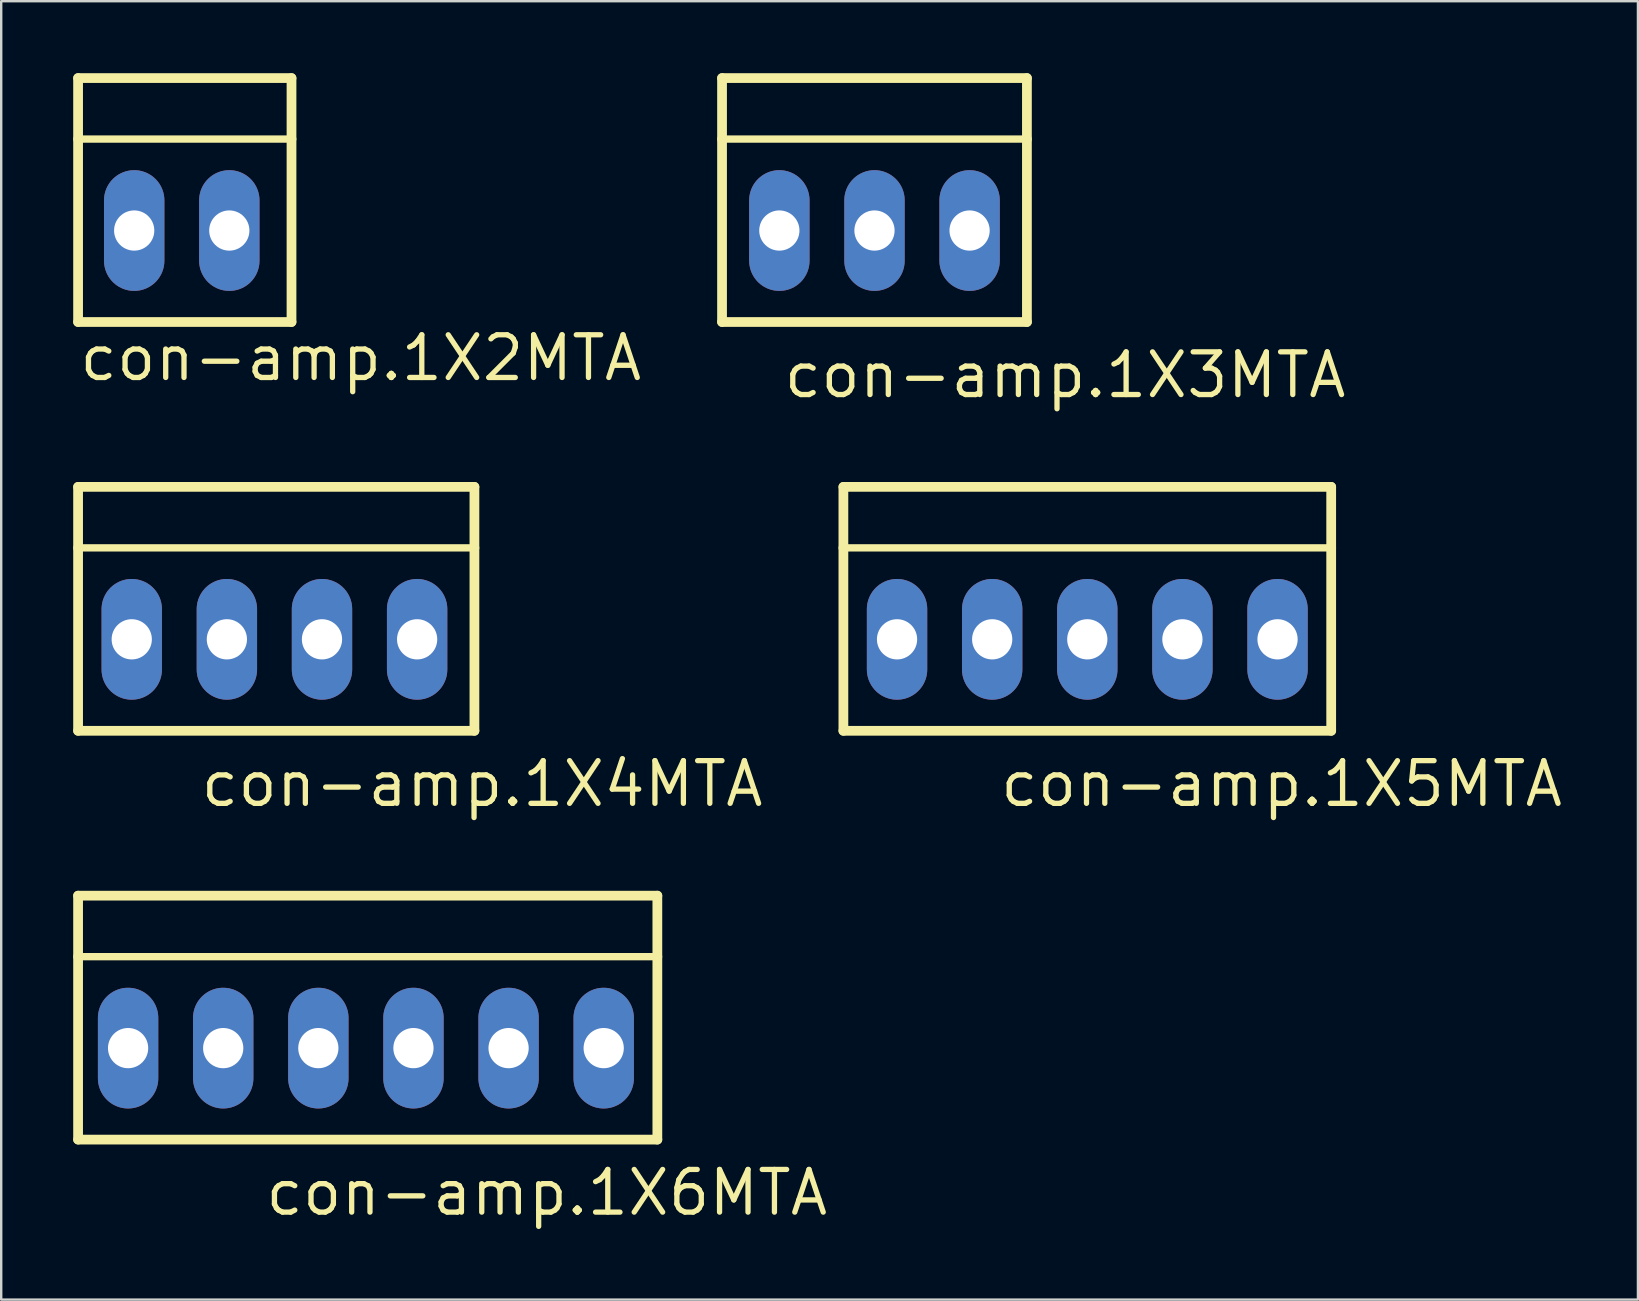
<source format=kicad_pcb>
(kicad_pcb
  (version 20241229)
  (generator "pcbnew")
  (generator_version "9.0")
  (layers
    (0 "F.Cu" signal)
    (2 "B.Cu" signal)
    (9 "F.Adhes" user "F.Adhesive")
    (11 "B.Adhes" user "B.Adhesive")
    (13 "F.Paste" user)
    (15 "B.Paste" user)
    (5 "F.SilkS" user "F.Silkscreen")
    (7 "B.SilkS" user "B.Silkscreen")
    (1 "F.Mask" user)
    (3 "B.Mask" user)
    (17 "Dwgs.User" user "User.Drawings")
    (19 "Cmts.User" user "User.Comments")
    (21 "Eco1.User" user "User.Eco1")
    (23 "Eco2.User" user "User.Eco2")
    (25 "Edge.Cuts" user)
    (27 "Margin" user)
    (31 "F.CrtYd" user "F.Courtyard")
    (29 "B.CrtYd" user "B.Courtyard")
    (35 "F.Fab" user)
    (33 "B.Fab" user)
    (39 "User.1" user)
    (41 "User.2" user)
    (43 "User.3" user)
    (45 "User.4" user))
  (footprint "con-amp.1X4MTA"
    (layer "F.Cu")
    (at 8.382 23.582)
    (property "Reference" "con-amp.1X4MTA" (at -3.175 7.061 0) (layer "F.SilkS") (effects (font (size 1.778 1.778) (thickness 0.22)) (justify left bottom)))
    (attr through_hole)
    (fp_line (start -8.179 -6.35) (end 8.331 -6.35) (stroke (width 0.406) (type default)) (layer "F.SilkS"))
    (fp_line (start -8.179 -3.81) (end -8.179 -6.35) (stroke (width 0.406) (type default)) (layer "F.SilkS"))
    (fp_line (start -8.179 -3.81) (end 8.331 -3.81) (stroke (width 0.305) (type default)) (layer "F.SilkS"))
    (fp_line (start -8.179 3.81) (end -8.179 -3.81) (stroke (width 0.406) (type default)) (layer "F.SilkS"))
    (fp_line (start -8.179 3.81) (end 8.331 3.81) (stroke (width 0.406) (type default)) (layer "F.SilkS"))
    (fp_line (start 8.331 -6.35) (end 8.331 -3.81) (stroke (width 0.406) (type default)) (layer "F.SilkS"))
    (fp_line (start 8.331 -3.81) (end 8.331 3.81) (stroke (width 0.406) (type default)) (layer "F.SilkS"))
    (fp_rect (start -6.452 0.508) (end -5.436 -0.508) (stroke (width 0.05) (type default)) (fill yes) (layer "F.SilkS"))
    (fp_rect (start -2.489 0.508) (end -1.473 -0.508) (stroke (width 0.05) (type default)) (fill yes) (layer "F.SilkS"))
    (fp_rect (start 1.473 0.508) (end 2.489 -0.508) (stroke (width 0.05) (type default)) (fill yes) (layer "F.SilkS"))
    (fp_rect (start 5.436 0.508) (end 6.452 -0.508) (stroke (width 0.05) (type default)) (fill yes) (layer "F.SilkS"))
    (pad "1" thru_hole oval (at 5.944 0 90) (size 5.029 2.515) (drill 1.676) (layers "*.Cu" "*.Mask"))
    (pad "2" thru_hole oval (at 1.981 0 90) (size 5.029 2.515) (drill 1.676) (layers "*.Cu" "*.Mask"))
    (pad "3" thru_hole oval (at -1.981 0 90) (size 5.029 2.515) (drill 1.676) (layers "*.Cu" "*.Mask"))
    (pad "4" thru_hole oval (at -5.944 0 90) (size 5.029 2.515) (drill 1.676) (layers "*.Cu" "*.Mask")))
  (footprint "con-amp.1X6MTA"
    (layer "F.Cu")
    (at 12.192 40.611)
    (property "Reference" "con-amp.1X6MTA" (at -4.293 7.061 0) (layer "F.SilkS") (effects (font (size 1.778 1.778) (thickness 0.22)) (justify left bottom)))
    (attr through_hole)
    (fp_line (start -11.989 -6.35) (end 12.141 -6.35) (stroke (width 0.406) (type default)) (layer "F.SilkS"))
    (fp_line (start -11.989 -3.81) (end -11.989 -6.35) (stroke (width 0.406) (type default)) (layer "F.SilkS"))
    (fp_line (start -11.989 -3.81) (end 12.141 -3.81) (stroke (width 0.305) (type default)) (layer "F.SilkS"))
    (fp_line (start -11.989 3.81) (end -11.989 -3.81) (stroke (width 0.406) (type default)) (layer "F.SilkS"))
    (fp_line (start -11.989 3.81) (end 12.141 3.81) (stroke (width 0.406) (type default)) (layer "F.SilkS"))
    (fp_line (start 12.141 -6.35) (end 12.141 -3.81) (stroke (width 0.406) (type default)) (layer "F.SilkS"))
    (fp_line (start 12.141 -3.81) (end 12.141 3.81) (stroke (width 0.406) (type default)) (layer "F.SilkS"))
    (fp_rect (start -10.414 0.508) (end -9.398 -0.508) (stroke (width 0.05) (type default)) (fill yes) (layer "F.SilkS"))
    (fp_rect (start -6.452 0.508) (end -5.436 -0.508) (stroke (width 0.05) (type default)) (fill yes) (layer "F.SilkS"))
    (fp_rect (start -2.489 0.508) (end -1.473 -0.508) (stroke (width 0.05) (type default)) (fill yes) (layer "F.SilkS"))
    (fp_rect (start 1.473 0.508) (end 2.489 -0.508) (stroke (width 0.05) (type default)) (fill yes) (layer "F.SilkS"))
    (fp_rect (start 5.436 0.508) (end 6.452 -0.508) (stroke (width 0.05) (type default)) (fill yes) (layer "F.SilkS"))
    (fp_rect (start 9.398 0.508) (end 10.414 -0.508) (stroke (width 0.05) (type default)) (fill yes) (layer "F.SilkS"))
    (pad "1" thru_hole oval (at 9.906 0 90) (size 5.029 2.515) (drill 1.676) (layers "*.Cu" "*.Mask"))
    (pad "2" thru_hole oval (at 5.944 0 90) (size 5.029 2.515) (drill 1.676) (layers "*.Cu" "*.Mask"))
    (pad "3" thru_hole oval (at 1.981 0 90) (size 5.029 2.515) (drill 1.676) (layers "*.Cu" "*.Mask"))
    (pad "4" thru_hole oval (at -1.981 0 90) (size 5.029 2.515) (drill 1.676) (layers "*.Cu" "*.Mask"))
    (pad "5" thru_hole oval (at -5.944 0 90) (size 5.029 2.515) (drill 1.676) (layers "*.Cu" "*.Mask"))
    (pad "6" thru_hole oval (at -9.906 0 90) (size 5.029 2.515) (drill 1.676) (layers "*.Cu" "*.Mask")))
  (footprint "con-amp.1X5MTA"
    (layer "F.Cu")
    (at 42.243 23.582)
    (property "Reference" "con-amp.1X5MTA" (at -3.734 7.061 0) (layer "F.SilkS") (effects (font (size 1.778 1.778) (thickness 0.22)) (justify left bottom)))
    (attr through_hole)
    (fp_line (start -10.16 -6.35) (end 10.16 -6.35) (stroke (width 0.406) (type default)) (layer "F.SilkS"))
    (fp_line (start -10.16 -3.81) (end -10.16 -6.35) (stroke (width 0.406) (type default)) (layer "F.SilkS"))
    (fp_line (start -10.16 -3.81) (end 10.16 -3.81) (stroke (width 0.305) (type default)) (layer "F.SilkS"))
    (fp_line (start -10.16 3.81) (end -10.16 -3.81) (stroke (width 0.406) (type default)) (layer "F.SilkS"))
    (fp_line (start -10.16 3.81) (end 10.16 3.81) (stroke (width 0.406) (type default)) (layer "F.SilkS"))
    (fp_line (start 10.16 -6.35) (end 10.16 -3.81) (stroke (width 0.406) (type default)) (layer "F.SilkS"))
    (fp_line (start 10.16 -3.81) (end 10.16 3.81) (stroke (width 0.406) (type default)) (layer "F.SilkS"))
    (fp_rect (start -8.433 0.508) (end -7.417 -0.508) (stroke (width 0.05) (type default)) (fill yes) (layer "F.SilkS"))
    (fp_rect (start -4.47 0.508) (end -3.454 -0.508) (stroke (width 0.05) (type default)) (fill yes) (layer "F.SilkS"))
    (fp_rect (start -0.508 0.508) (end 0.508 -0.508) (stroke (width 0.05) (type default)) (fill yes) (layer "F.SilkS"))
    (fp_rect (start 3.454 0.508) (end 4.47 -0.508) (stroke (width 0.05) (type default)) (fill yes) (layer "F.SilkS"))
    (fp_rect (start 7.417 0.508) (end 8.433 -0.508) (stroke (width 0.05) (type default)) (fill yes) (layer "F.SilkS"))
    (pad "1" thru_hole oval (at 7.925 0 90) (size 5.029 2.515) (drill 1.676) (layers "*.Cu" "*.Mask"))
    (pad "2" thru_hole oval (at 3.962 0 90) (size 5.029 2.515) (drill 1.676) (layers "*.Cu" "*.Mask"))
    (pad "3" thru_hole oval (at 0 0 90) (size 5.029 2.515) (drill 1.676) (layers "*.Cu" "*.Mask"))
    (pad "4" thru_hole oval (at -3.962 0 90) (size 5.029 2.515) (drill 1.676) (layers "*.Cu" "*.Mask"))
    (pad "5" thru_hole oval (at -7.925 0 90) (size 5.029 2.515) (drill 1.676) (layers "*.Cu" "*.Mask")))
  (footprint "con-amp.1X2MTA"
    (layer "F.Cu")
    (at 4.521 6.553)
    (property "Reference" "con-amp.1X2MTA" (at -4.369 6.35 0) (layer "F.SilkS") (effects (font (size 1.778 1.778) (thickness 0.22)) (justify left bottom)))
    (attr through_hole)
    (fp_line (start -4.318 -6.35) (end -4.318 -3.81) (stroke (width 0.406) (type default)) (layer "F.SilkS"))
    (fp_line (start -4.318 -6.35) (end 4.572 -6.35) (stroke (width 0.406) (type default)) (layer "F.SilkS"))
    (fp_line (start -4.318 -3.81) (end -4.318 3.81) (stroke (width 0.406) (type default)) (layer "F.SilkS"))
    (fp_line (start -4.318 -3.81) (end 4.572 -3.81) (stroke (width 0.305) (type default)) (layer "F.SilkS"))
    (fp_line (start -4.318 3.81) (end 4.572 3.81) (stroke (width 0.406) (type default)) (layer "F.SilkS"))
    (fp_line (start 4.572 -6.35) (end 4.572 -3.81) (stroke (width 0.406) (type default)) (layer "F.SilkS"))
    (fp_line (start 4.572 -3.81) (end 4.572 3.81) (stroke (width 0.406) (type default)) (layer "F.SilkS"))
    (fp_rect (start -2.489 0.508) (end -1.473 -0.508) (stroke (width 0.05) (type default)) (fill yes) (layer "F.SilkS"))
    (fp_rect (start 1.473 0.508) (end 2.489 -0.508) (stroke (width 0.05) (type default)) (fill yes) (layer "F.SilkS"))
    (pad "1" thru_hole oval (at 1.981 0 90) (size 5.029 2.515) (drill 1.676) (layers "*.Cu" "*.Mask"))
    (pad "2" thru_hole oval (at -1.981 0 90) (size 5.029 2.515) (drill 1.676) (layers "*.Cu" "*.Mask")))
  (footprint "con-amp.1X3MTA"
    (layer "F.Cu")
    (at 33.403 6.553)
    (property "Reference" "con-amp.1X3MTA" (at -3.912 7.061 0) (layer "F.SilkS") (effects (font (size 1.778 1.778) (thickness 0.22)) (justify left bottom)))
    (attr through_hole)
    (fp_line (start -6.375 -6.35) (end 6.325 -6.35) (stroke (width 0.406) (type default)) (layer "F.SilkS"))
    (fp_line (start -6.375 -3.81) (end -6.375 -6.35) (stroke (width 0.406) (type default)) (layer "F.SilkS"))
    (fp_line (start -6.375 -3.81) (end 6.325 -3.81) (stroke (width 0.305) (type default)) (layer "F.SilkS"))
    (fp_line (start -6.375 3.81) (end -6.375 -3.81) (stroke (width 0.406) (type default)) (layer "F.SilkS"))
    (fp_line (start -6.375 3.81) (end 6.325 3.81) (stroke (width 0.406) (type default)) (layer "F.SilkS"))
    (fp_line (start 6.325 -6.35) (end 6.325 -3.81) (stroke (width 0.406) (type default)) (layer "F.SilkS"))
    (fp_line (start 6.325 -3.81) (end 6.325 3.81) (stroke (width 0.406) (type default)) (layer "F.SilkS"))
    (fp_rect (start -4.496 0.508) (end -3.48 -0.508) (stroke (width 0.05) (type default)) (fill yes) (layer "F.SilkS"))
    (fp_rect (start -0.533 0.508) (end 0.483 -0.508) (stroke (width 0.05) (type default)) (fill yes) (layer "F.SilkS"))
    (fp_rect (start 3.429 0.508) (end 4.445 -0.508) (stroke (width 0.05) (type default)) (fill yes) (layer "F.SilkS"))
    (pad "1" thru_hole oval (at 3.937 0 90) (size 5.029 2.515) (drill 1.676) (layers "*.Cu" "*.Mask"))
    (pad "2" thru_hole oval (at -0.025 0 90) (size 5.029 2.515) (drill 1.676) (layers "*.Cu" "*.Mask"))
    (pad "3" thru_hole oval (at -3.988 0 90) (size 5.029 2.515) (drill 1.676) (layers "*.Cu" "*.Mask")))
  (gr_rect
    (start -3 -3)
    (end 65.181 51.087)
    (stroke (width 0.1) (type default))
    (fill no)
    (layer "Edge.Cuts")))
</source>
